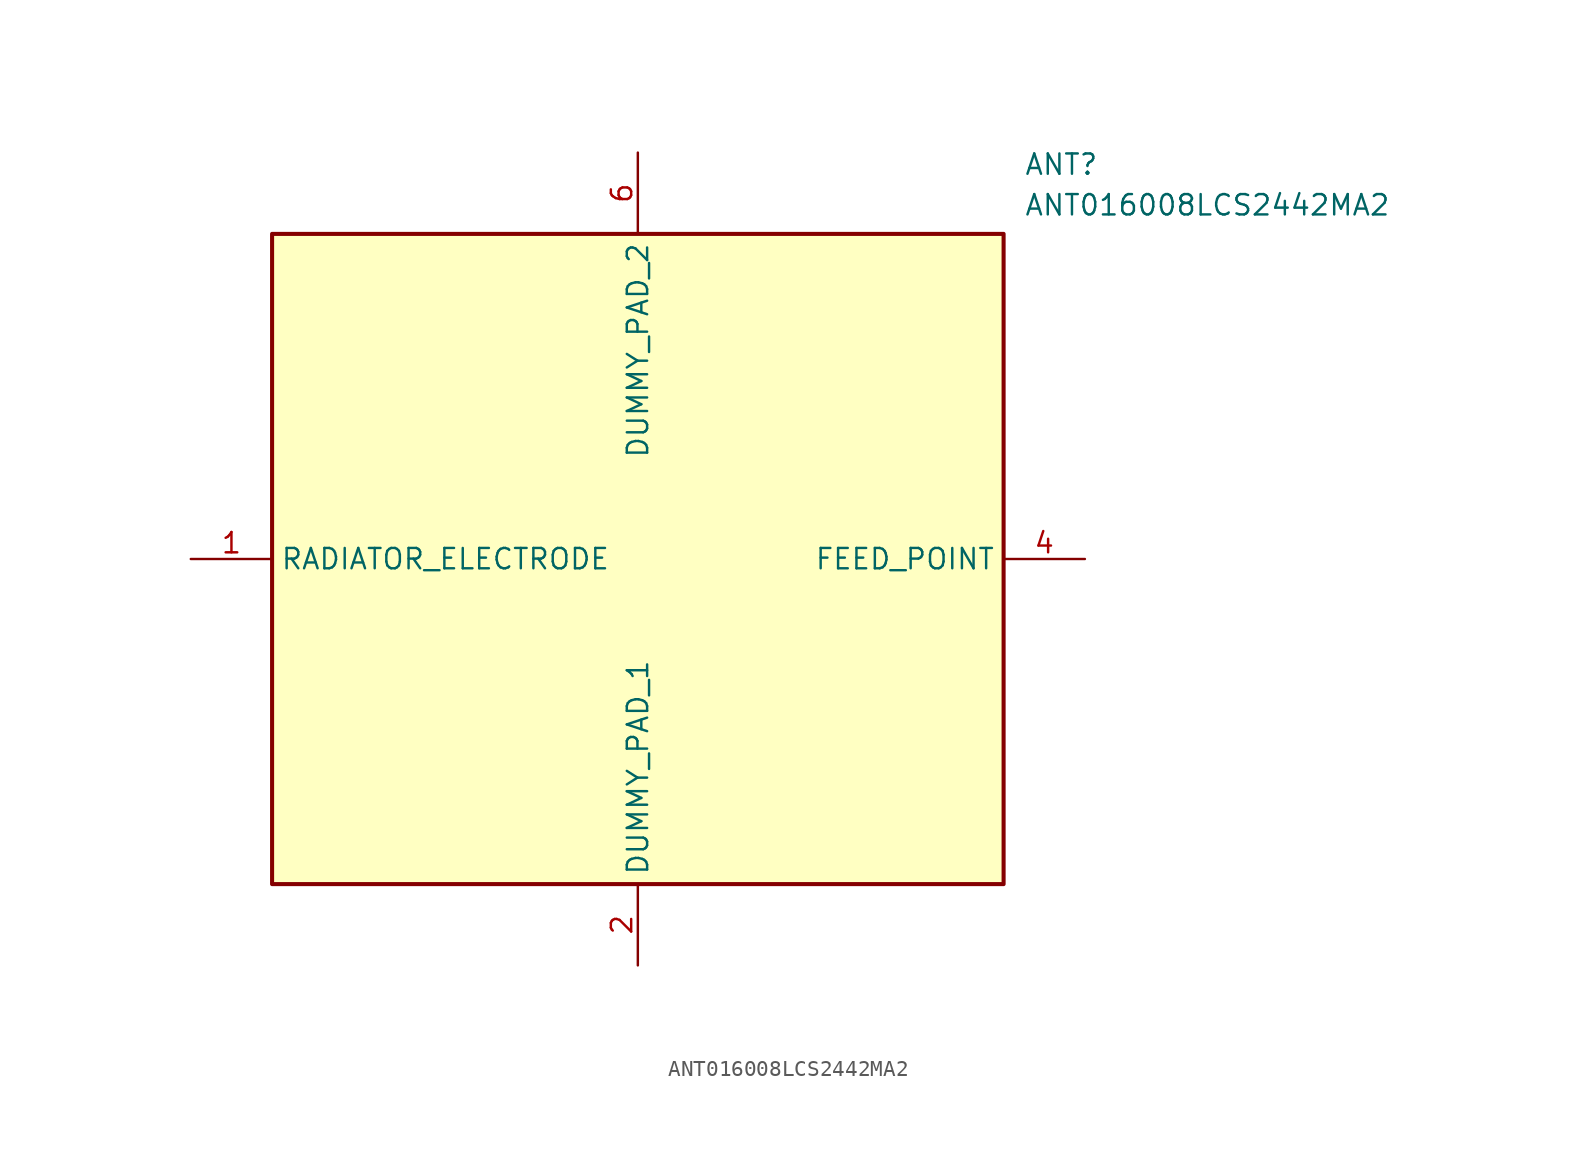
<source format=kicad_sym>
(kicad_symbol_lib
  (version 20211014)
  (generator SamacSys_ECAD_Model)
  (symbol "ANT016008LCS2442MA2"
    (property "Reference" "ANT"
      (at 52.07 25.4 0)
      (effects (font (size 1.27 1.27)) (justify left top)))
    (property "Value" "ANT016008LCS2442MA2"
      (at 52.07 22.86 0)
      (effects (font (size 1.27 1.27)) (justify left top)))
    (rectangle
      (start 5.08 20.32)
      (end 50.8 -20.32)
      (stroke (width 0.254) (type default))
      (fill (type background)))
    (pin passive line
      (at 0 0 0)
      (length 5.08)
      (name "RADIATOR_ELECTRODE" (effects (font (size 1.27 1.27))))
      (number "1" (effects (font (size 1.27 1.27)))))
    (pin passive line
      (at 27.94 -25.4 90)
      (length 5.08)
      (name "DUMMY_PAD_1" (effects (font (size 1.27 1.27))))
      (number "2" (effects (font (size 1.27 1.27)))))
    (pin passive line
      (at 55.88 0 180)
      (length 5.08)
      (name "FEED_POINT" (effects (font (size 1.27 1.27))))
      (number "4" (effects (font (size 1.27 1.27)))))
    (pin passive line
      (at 27.94 25.4 270)
      (length 5.08)
      (name "DUMMY_PAD_2" (effects (font (size 1.27 1.27))))
      (number "6" (effects (font (size 1.27 1.27)))))))
</source>
